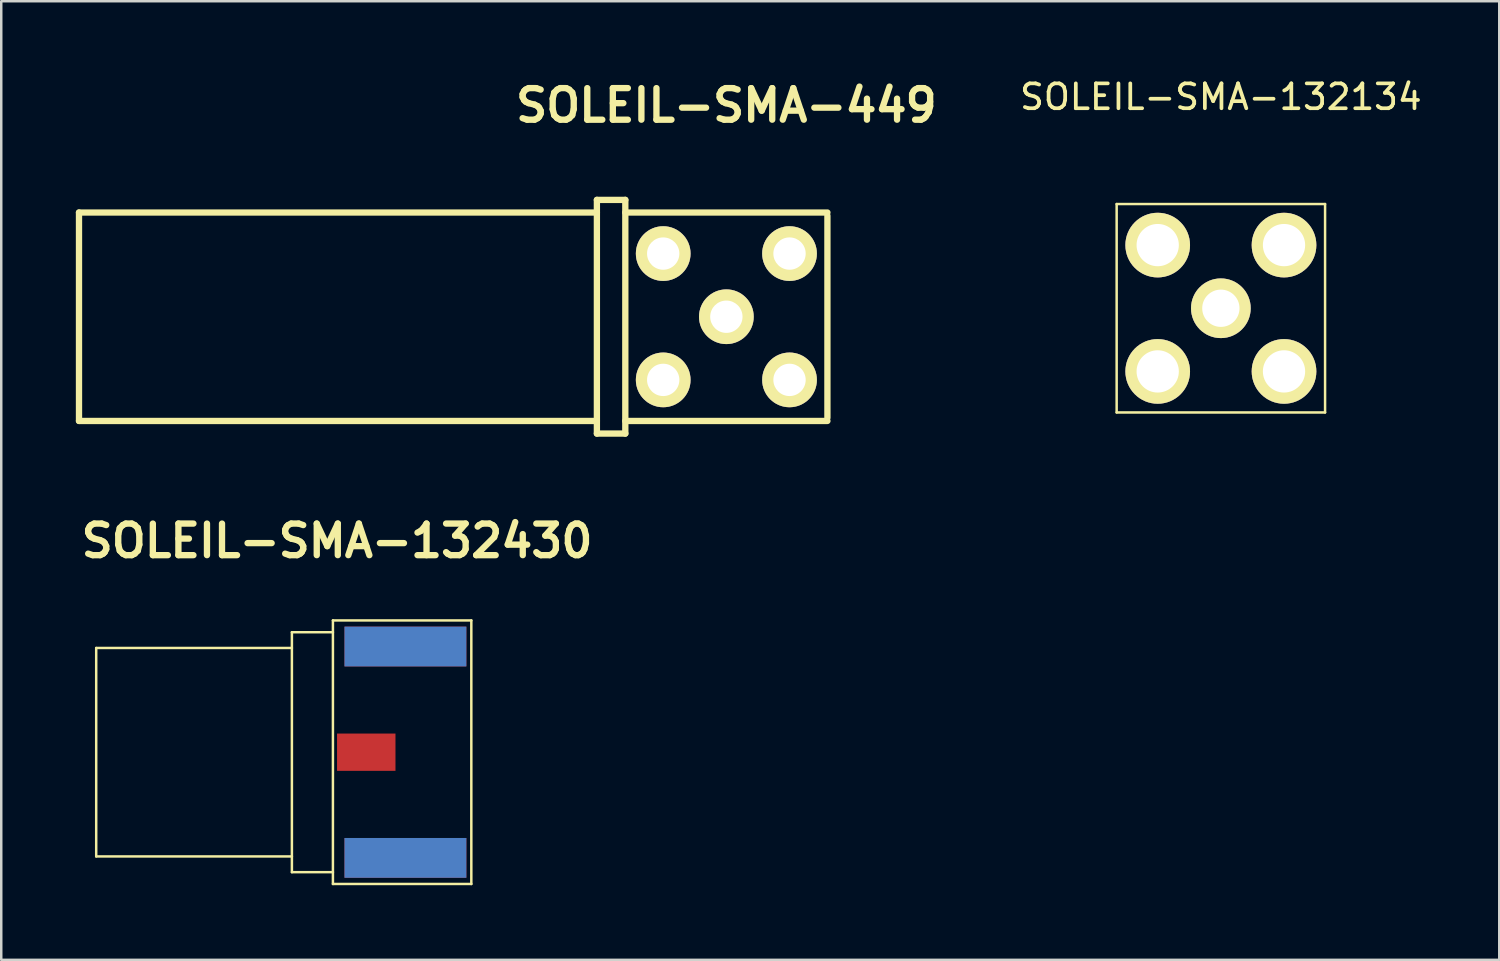
<source format=kicad_pcb>
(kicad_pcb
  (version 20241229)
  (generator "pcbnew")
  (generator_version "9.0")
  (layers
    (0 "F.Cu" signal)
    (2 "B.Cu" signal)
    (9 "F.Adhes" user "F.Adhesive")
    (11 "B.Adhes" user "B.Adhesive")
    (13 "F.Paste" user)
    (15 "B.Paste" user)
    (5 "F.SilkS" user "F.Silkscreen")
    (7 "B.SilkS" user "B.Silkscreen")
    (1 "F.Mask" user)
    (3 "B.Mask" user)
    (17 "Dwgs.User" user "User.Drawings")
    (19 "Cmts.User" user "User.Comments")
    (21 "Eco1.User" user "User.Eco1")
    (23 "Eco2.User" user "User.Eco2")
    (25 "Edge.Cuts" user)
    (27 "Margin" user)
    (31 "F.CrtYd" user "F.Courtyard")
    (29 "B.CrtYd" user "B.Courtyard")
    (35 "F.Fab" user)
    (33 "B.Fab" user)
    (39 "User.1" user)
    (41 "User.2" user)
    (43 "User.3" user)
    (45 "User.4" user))
  (footprint "SOLEIL-SMA-132430"
    (layer "F.Cu")
    (at 10.505 27.201)
    (property "Reference" "SOLEIL-SMA-132430" (at 0 -8.499 0) (layer "F.SilkS") (effects (font (size 1.27 1.27) (thickness 0.254))))
    (attr through_hole)
    (fp_line (start -9.686 -4.191) (end -9.686 4.191) (stroke (width 0.1) (type solid)) (layer "F.SilkS"))
    (fp_line (start -1.816 -4.191) (end -9.686 -4.191) (stroke (width 0.1) (type solid)) (layer "F.SilkS"))
    (fp_line (start -1.816 4.191) (end -9.686 4.191) (stroke (width 0.1) (type solid)) (layer "F.SilkS"))
    (fp_line (start -1.816 4.825) (end -1.816 -4.825) (stroke (width 0.1) (type solid)) (layer "F.SilkS"))
    (fp_line (start -0.166 -5.3) (end -0.166 5.3) (stroke (width 0.1) (type solid)) (layer "F.SilkS"))
    (fp_line (start -0.166 -5.3) (end 5.4 -5.3) (stroke (width 0.1) (type solid)) (layer "F.SilkS"))
    (fp_line (start -0.166 -4.825) (end -1.816 -4.825) (stroke (width 0.1) (type solid)) (layer "F.SilkS"))
    (fp_line (start -0.166 4.825) (end -1.816 4.825) (stroke (width 0.1) (type solid)) (layer "F.SilkS"))
    (fp_line (start -0.166 5.3) (end 5.4 5.3) (stroke (width 0.1) (type solid)) (layer "F.SilkS"))
    (fp_line (start 5.4 -5.3) (end 5.4 5.3) (stroke (width 0.1) (type solid)) (layer "F.SilkS"))
    (pad "1" smd rect (at 1.175 0) (size 2.35 1.5) (layers "F.Cu" "F.Mask" "F.Paste"))
    (pad "2" smd rect (at 2.75 4.25) (size 4.9 1.6) (layers "F.Cu" "F.Mask" "F.Paste"))
    (pad "3" smd rect (at 2.75 -4.25) (size 4.9 1.6) (layers "F.Cu" "F.Mask" "F.Paste"))
    (pad "4" smd rect (at 2.75 4.25) (size 4.9 1.6) (layers "B.Cu" "B.Mask" "B.Paste"))
    (pad "5" smd rect (at 2.75 -4.25) (size 4.9 1.6) (layers "B.Cu" "B.Mask" "B.Paste")))
  (footprint "SOLEIL-SMA-449"
    (layer "F.Cu")
    (at 26.162 9.688)
    (property "Reference" "SOLEIL-SMA-449" (at 0 -8.499 0) (layer "F.SilkS") (effects (font (size 1.27 1.27) (thickness 0.254))))
    (attr through_hole)
    (fp_line (start -26.035 -4.191) (end -26.035 4.191) (stroke (width 0.254) (type solid)) (layer "F.SilkS"))
    (fp_line (start -5.207 -4.699) (end -4.064 -4.699) (stroke (width 0.254) (type solid)) (layer "F.SilkS"))
    (fp_line (start -5.207 -4.191) (end -26.035 -4.191) (stroke (width 0.254) (type solid)) (layer "F.SilkS"))
    (fp_line (start -5.207 4.191) (end -26.035 4.191) (stroke (width 0.254) (type solid)) (layer "F.SilkS"))
    (fp_line (start -5.207 4.699) (end -5.207 -4.699) (stroke (width 0.254) (type solid)) (layer "F.SilkS"))
    (fp_line (start -4.064 -4.699) (end -4.064 4.699) (stroke (width 0.254) (type solid)) (layer "F.SilkS"))
    (fp_line (start -4.064 -4.191) (end 4.064 -4.191) (stroke (width 0.254) (type solid)) (layer "F.SilkS"))
    (fp_line (start -4.064 4.699) (end -5.207 4.699) (stroke (width 0.254) (type solid)) (layer "F.SilkS"))
    (fp_line (start 4.064 -4.064) (end 4.064 4.064) (stroke (width 0.254) (type solid)) (layer "F.SilkS"))
    (fp_line (start 4.064 4.191) (end -4.064 4.191) (stroke (width 0.254) (type solid)) (layer "F.SilkS"))
    (pad "1" thru_hole circle (at 0 0) (size 2.2 2.2) (drill 1.3) (layers "*.Cu" "*.Mask" "F.SilkS"))
    (pad "2" thru_hole circle (at 2.54 -2.54) (size 2.2 2.2) (drill 1.3) (layers "*.Cu" "*.Mask" "F.SilkS"))
    (pad "3" thru_hole circle (at -2.54 -2.54) (size 2.2 2.2) (drill 1.3) (layers "*.Cu" "*.Mask" "F.SilkS"))
    (pad "4" thru_hole circle (at -2.54 2.54) (size 2.2 2.2) (drill 1.3) (layers "*.Cu" "*.Mask" "F.SilkS"))
    (pad "5" thru_hole circle (at 2.54 2.54) (size 2.2 2.2) (drill 1.3) (layers "*.Cu" "*.Mask" "F.SilkS")))
  (footprint "SOLEIL-SMA-132134"
    (layer "F.Cu")
    (at 46.049 9.347)
    (property "Reference" "SOLEIL-SMA-132134" (at 0 -8.499 0) (layer "F.SilkS") (effects (font (size 1 1) (thickness 0.15))))
    (attr through_hole)
    (fp_line (start -4.191 -4.191) (end -4.191 4.191) (stroke (width 0.1) (type solid)) (layer "F.SilkS"))
    (fp_line (start -4.191 -4.191) (end 4.191 -4.191) (stroke (width 0.1) (type solid)) (layer "F.SilkS"))
    (fp_line (start 4.191 -4.191) (end 4.191 4.191) (stroke (width 0.1) (type solid)) (layer "F.SilkS"))
    (fp_line (start 4.191 4.191) (end -4.191 4.191) (stroke (width 0.1) (type solid)) (layer "F.SilkS"))
    (pad "1" thru_hole circle (at 0 0) (size 2.4 2.4) (drill 1.5) (layers "*.Cu" "*.Mask" "F.SilkS"))
    (pad "2" thru_hole circle (at 2.54 -2.54) (size 2.6 2.6) (drill 1.7) (layers "*.Cu" "*.Mask" "F.SilkS"))
    (pad "3" thru_hole circle (at -2.54 -2.54) (size 2.6 2.6) (drill 1.7) (layers "*.Cu" "*.Mask" "F.SilkS"))
    (pad "4" thru_hole circle (at -2.54 2.54) (size 2.6 2.6) (drill 1.7) (layers "*.Cu" "*.Mask" "F.SilkS"))
    (pad "5" thru_hole circle (at 2.54 2.54) (size 2.6 2.6) (drill 1.7) (layers "*.Cu" "*.Mask" "F.SilkS")))
  (gr_rect
    (start -3 -3)
    (end 57.245 35.551)
    (stroke (width 0.1) (type default))
    (fill no)
    (layer "Edge.Cuts")))
</source>
